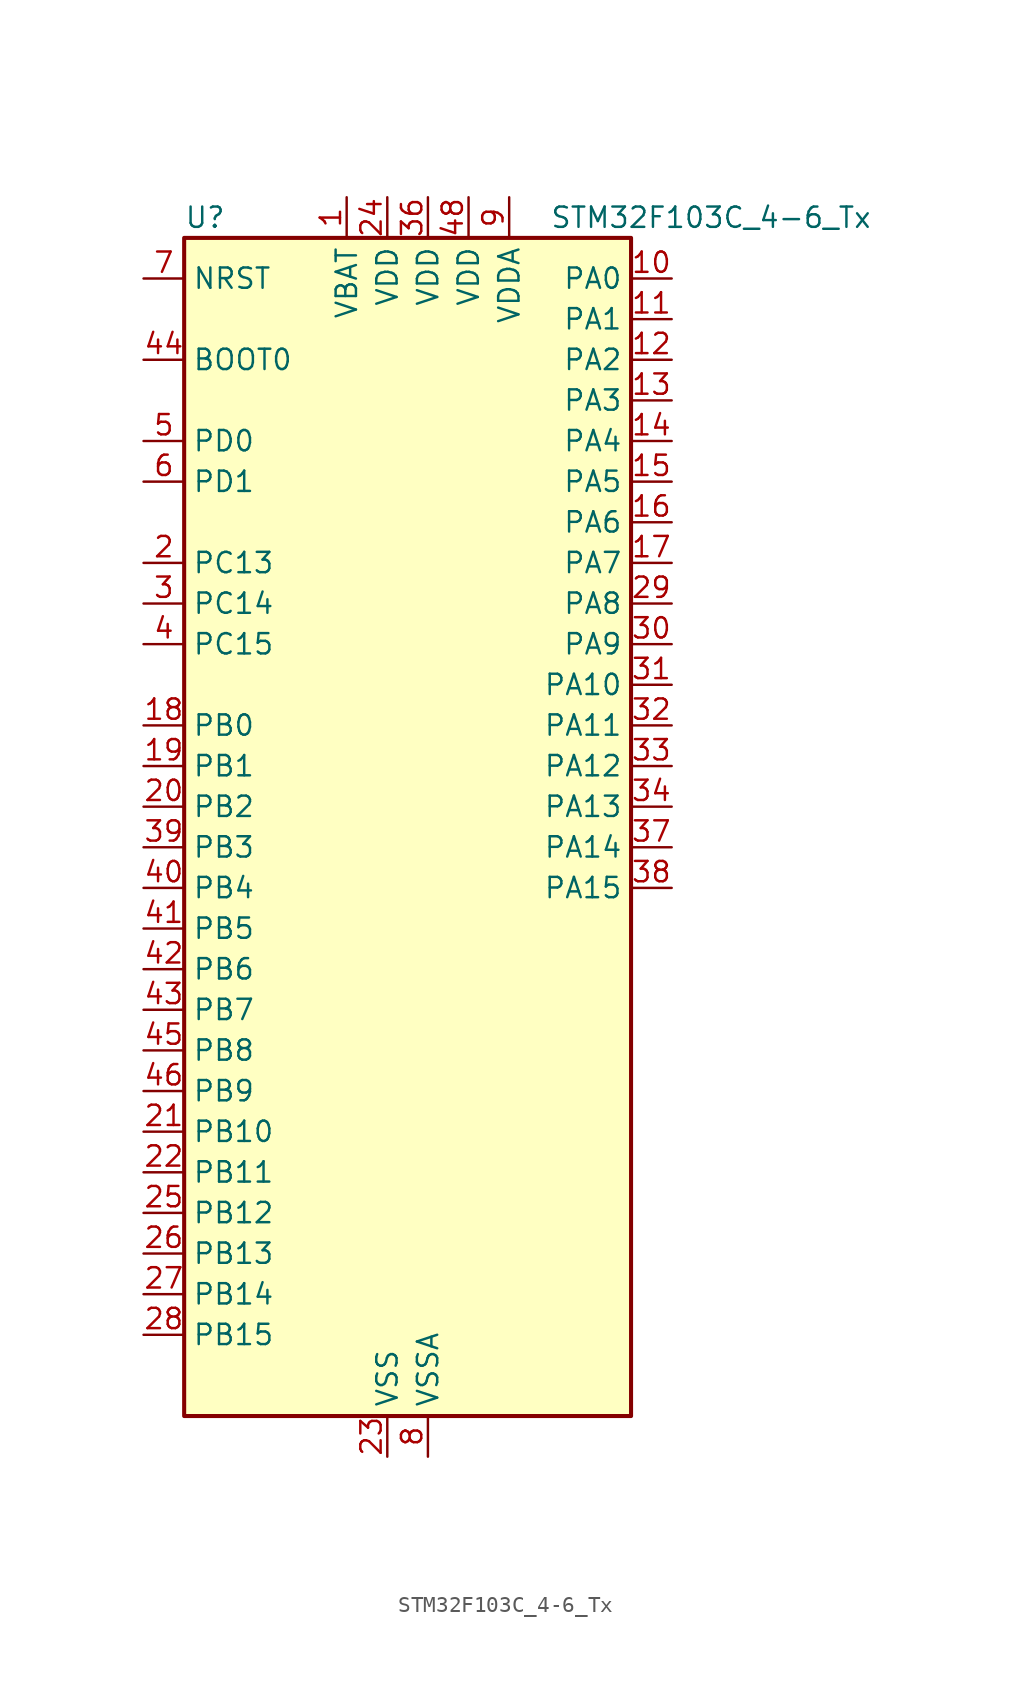
<source format=kicad_sym>
(kicad_symbol_lib
  (version 20231120)
  (generator "kicad_symbol_editor")
  (generator_version "8.0")
  (symbol "STM32F103C_4-6_Tx"
    (property "Reference" "U"
      (at -12.7 39.37 0)
      (effects (font (size 1.27 1.27)) (justify left)))
    (property "Value" "STM32F103C_4-6_Tx"
      (at 10.16 39.37 0)
      (effects (font (size 1.27 1.27)) (justify left)))
    (property "ki_locked" ""
      (at 0 0 0)
      (effects (font (size 1.27 1.27))))
    (symbol "STM32F103C_4-6_Tx_0_1"
      (rectangle (start -12.7 -35.56) (end 15.24 38.1) (stroke (width 0.254) (type default)) (fill (type background))))
    (symbol "STM32F103C_4-6_Tx_1_1"
      (pin power_in line (at -2.54 40.64 270) (length 2.54) (name "VBAT" (effects (font (size 1.27 1.27)))) (number "1" (effects (font (size 1.27 1.27)))))
      (pin bidirectional line (at 17.78 35.56 180) (length 2.54) (name "PA0" (effects (font (size 1.27 1.27)))) (number "10" (effects (font (size 1.27 1.27)))) (alternate "ADC1_IN0" bidirectional line) (alternate "ADC2_IN0" bidirectional line) (alternate "SYS_WKUP" bidirectional line) (alternate "TIM2_CH1" bidirectional line) (alternate "TIM2_ETR" bidirectional line) (alternate "USART2_CTS" bidirectional line))
      (pin bidirectional line (at 17.78 33.02 180) (length 2.54) (name "PA1" (effects (font (size 1.27 1.27)))) (number "11" (effects (font (size 1.27 1.27)))) (alternate "ADC1_IN1" bidirectional line) (alternate "ADC2_IN1" bidirectional line) (alternate "TIM2_CH2" bidirectional line) (alternate "USART2_RTS" bidirectional line))
      (pin bidirectional line (at 17.78 30.48 180) (length 2.54) (name "PA2" (effects (font (size 1.27 1.27)))) (number "12" (effects (font (size 1.27 1.27)))) (alternate "ADC1_IN2" bidirectional line) (alternate "ADC2_IN2" bidirectional line) (alternate "TIM2_CH3" bidirectional line) (alternate "USART2_TX" bidirectional line))
      (pin bidirectional line (at 17.78 27.94 180) (length 2.54) (name "PA3" (effects (font (size 1.27 1.27)))) (number "13" (effects (font (size 1.27 1.27)))) (alternate "ADC1_IN3" bidirectional line) (alternate "ADC2_IN3" bidirectional line) (alternate "TIM2_CH4" bidirectional line) (alternate "USART2_RX" bidirectional line))
      (pin bidirectional line (at 17.78 25.4 180) (length 2.54) (name "PA4" (effects (font (size 1.27 1.27)))) (number "14" (effects (font (size 1.27 1.27)))) (alternate "ADC1_IN4" bidirectional line) (alternate "ADC2_IN4" bidirectional line) (alternate "SPI1_NSS" bidirectional line) (alternate "USART2_CK" bidirectional line))
      (pin bidirectional line (at 17.78 22.86 180) (length 2.54) (name "PA5" (effects (font (size 1.27 1.27)))) (number "15" (effects (font (size 1.27 1.27)))) (alternate "ADC1_IN5" bidirectional line) (alternate "ADC2_IN5" bidirectional line) (alternate "SPI1_SCK" bidirectional line))
      (pin bidirectional line (at 17.78 20.32 180) (length 2.54) (name "PA6" (effects (font (size 1.27 1.27)))) (number "16" (effects (font (size 1.27 1.27)))) (alternate "ADC1_IN6" bidirectional line) (alternate "ADC2_IN6" bidirectional line) (alternate "SPI1_MISO" bidirectional line) (alternate "TIM1_BKIN" bidirectional line) (alternate "TIM3_CH1" bidirectional line))
      (pin bidirectional line (at 17.78 17.78 180) (length 2.54) (name "PA7" (effects (font (size 1.27 1.27)))) (number "17" (effects (font (size 1.27 1.27)))) (alternate "ADC1_IN7" bidirectional line) (alternate "ADC2_IN7" bidirectional line) (alternate "SPI1_MOSI" bidirectional line) (alternate "TIM1_CH1N" bidirectional line) (alternate "TIM3_CH2" bidirectional line))
      (pin bidirectional line (at -15.24 7.62 0) (length 2.54) (name "PB0" (effects (font (size 1.27 1.27)))) (number "18" (effects (font (size 1.27 1.27)))) (alternate "ADC1_IN8" bidirectional line) (alternate "ADC2_IN8" bidirectional line) (alternate "TIM1_CH2N" bidirectional line) (alternate "TIM3_CH3" bidirectional line))
      (pin bidirectional line (at -15.24 5.08 0) (length 2.54) (name "PB1" (effects (font (size 1.27 1.27)))) (number "19" (effects (font (size 1.27 1.27)))) (alternate "ADC1_IN9" bidirectional line) (alternate "ADC2_IN9" bidirectional line) (alternate "TIM1_CH3N" bidirectional line) (alternate "TIM3_CH4" bidirectional line))
      (pin bidirectional line (at -15.24 17.78 0) (length 2.54) (name "PC13" (effects (font (size 1.27 1.27)))) (number "2" (effects (font (size 1.27 1.27)))) (alternate "RTC_OUT" bidirectional line) (alternate "RTC_TAMPER" bidirectional line))
      (pin bidirectional line (at -15.24 2.54 0) (length 2.54) (name "PB2" (effects (font (size 1.27 1.27)))) (number "20" (effects (font (size 1.27 1.27)))))
      (pin bidirectional line (at -15.24 -17.78 0) (length 2.54) (name "PB10" (effects (font (size 1.27 1.27)))) (number "21" (effects (font (size 1.27 1.27)))) (alternate "TIM2_CH3" bidirectional line))
      (pin bidirectional line (at -15.24 -20.32 0) (length 2.54) (name "PB11" (effects (font (size 1.27 1.27)))) (number "22" (effects (font (size 1.27 1.27)))) (alternate "ADC1_EXTI11" bidirectional line) (alternate "ADC2_EXTI11" bidirectional line) (alternate "TIM2_CH4" bidirectional line))
      (pin power_in line (at 0 -38.1 90) (length 2.54) (name "VSS" (effects (font (size 1.27 1.27)))) (number "23" (effects (font (size 1.27 1.27)))))
      (pin power_in line (at 0 40.64 270) (length 2.54) (name "VDD" (effects (font (size 1.27 1.27)))) (number "24" (effects (font (size 1.27 1.27)))))
      (pin bidirectional line (at -15.24 -22.86 0) (length 2.54) (name "PB12" (effects (font (size 1.27 1.27)))) (number "25" (effects (font (size 1.27 1.27)))) (alternate "TIM1_BKIN" bidirectional line))
      (pin bidirectional line (at -15.24 -25.4 0) (length 2.54) (name "PB13" (effects (font (size 1.27 1.27)))) (number "26" (effects (font (size 1.27 1.27)))) (alternate "TIM1_CH1N" bidirectional line))
      (pin bidirectional line (at -15.24 -27.94 0) (length 2.54) (name "PB14" (effects (font (size 1.27 1.27)))) (number "27" (effects (font (size 1.27 1.27)))) (alternate "TIM1_CH2N" bidirectional line))
      (pin bidirectional line (at -15.24 -30.48 0) (length 2.54) (name "PB15" (effects (font (size 1.27 1.27)))) (number "28" (effects (font (size 1.27 1.27)))) (alternate "ADC1_EXTI15" bidirectional line) (alternate "ADC2_EXTI15" bidirectional line) (alternate "TIM1_CH3N" bidirectional line))
      (pin bidirectional line (at 17.78 15.24 180) (length 2.54) (name "PA8" (effects (font (size 1.27 1.27)))) (number "29" (effects (font (size 1.27 1.27)))) (alternate "RCC_MCO" bidirectional line) (alternate "TIM1_CH1" bidirectional line) (alternate "USART1_CK" bidirectional line))
      (pin bidirectional line (at -15.24 15.24 0) (length 2.54) (name "PC14" (effects (font (size 1.27 1.27)))) (number "3" (effects (font (size 1.27 1.27)))) (alternate "RCC_OSC32_IN" bidirectional line))
      (pin bidirectional line (at 17.78 12.7 180) (length 2.54) (name "PA9" (effects (font (size 1.27 1.27)))) (number "30" (effects (font (size 1.27 1.27)))) (alternate "TIM1_CH2" bidirectional line) (alternate "USART1_TX" bidirectional line))
      (pin bidirectional line (at 17.78 10.16 180) (length 2.54) (name "PA10" (effects (font (size 1.27 1.27)))) (number "31" (effects (font (size 1.27 1.27)))) (alternate "TIM1_CH3" bidirectional line) (alternate "USART1_RX" bidirectional line))
      (pin bidirectional line (at 17.78 7.62 180) (length 2.54) (name "PA11" (effects (font (size 1.27 1.27)))) (number "32" (effects (font (size 1.27 1.27)))) (alternate "ADC1_EXTI11" bidirectional line) (alternate "ADC2_EXTI11" bidirectional line) (alternate "CAN_RX" bidirectional line) (alternate "TIM1_CH4" bidirectional line) (alternate "USART1_CTS" bidirectional line) (alternate "USB_DM" bidirectional line))
      (pin bidirectional line (at 17.78 5.08 180) (length 2.54) (name "PA12" (effects (font (size 1.27 1.27)))) (number "33" (effects (font (size 1.27 1.27)))) (alternate "CAN_TX" bidirectional line) (alternate "TIM1_ETR" bidirectional line) (alternate "USART1_RTS" bidirectional line) (alternate "USB_DP" bidirectional line))
      (pin bidirectional line (at 17.78 2.54 180) (length 2.54) (name "PA13" (effects (font (size 1.27 1.27)))) (number "34" (effects (font (size 1.27 1.27)))) (alternate "SYS_JTMS-SWDIO" bidirectional line))
      (pin passive line (at 0 -38.1 90) (length 2.54) hide (name "VSS" (effects (font (size 1.27 1.27)))) (number "35" (effects (font (size 1.27 1.27)))))
      (pin power_in line (at 2.54 40.64 270) (length 2.54) (name "VDD" (effects (font (size 1.27 1.27)))) (number "36" (effects (font (size 1.27 1.27)))))
      (pin bidirectional line (at 17.78 0 180) (length 2.54) (name "PA14" (effects (font (size 1.27 1.27)))) (number "37" (effects (font (size 1.27 1.27)))) (alternate "SYS_JTCK-SWCLK" bidirectional line))
      (pin bidirectional line (at 17.78 -2.54 180) (length 2.54) (name "PA15" (effects (font (size 1.27 1.27)))) (number "38" (effects (font (size 1.27 1.27)))) (alternate "ADC1_EXTI15" bidirectional line) (alternate "ADC2_EXTI15" bidirectional line) (alternate "SPI1_NSS" bidirectional line) (alternate "SYS_JTDI" bidirectional line) (alternate "TIM2_CH1" bidirectional line) (alternate "TIM2_ETR" bidirectional line))
      (pin bidirectional line (at -15.24 0 0) (length 2.54) (name "PB3" (effects (font (size 1.27 1.27)))) (number "39" (effects (font (size 1.27 1.27)))) (alternate "SPI1_SCK" bidirectional line) (alternate "SYS_JTDO-TRACESWO" bidirectional line) (alternate "TIM2_CH2" bidirectional line))
      (pin bidirectional line (at -15.24 12.7 0) (length 2.54) (name "PC15" (effects (font (size 1.27 1.27)))) (number "4" (effects (font (size 1.27 1.27)))) (alternate "ADC1_EXTI15" bidirectional line) (alternate "ADC2_EXTI15" bidirectional line) (alternate "RCC_OSC32_OUT" bidirectional line))
      (pin bidirectional line (at -15.24 -2.54 0) (length 2.54) (name "PB4" (effects (font (size 1.27 1.27)))) (number "40" (effects (font (size 1.27 1.27)))) (alternate "SPI1_MISO" bidirectional line) (alternate "SYS_NJTRST" bidirectional line) (alternate "TIM3_CH1" bidirectional line))
      (pin bidirectional line (at -15.24 -5.08 0) (length 2.54) (name "PB5" (effects (font (size 1.27 1.27)))) (number "41" (effects (font (size 1.27 1.27)))) (alternate "I2C1_SMBA" bidirectional line) (alternate "SPI1_MOSI" bidirectional line) (alternate "TIM3_CH2" bidirectional line))
      (pin bidirectional line (at -15.24 -7.62 0) (length 2.54) (name "PB6" (effects (font (size 1.27 1.27)))) (number "42" (effects (font (size 1.27 1.27)))) (alternate "I2C1_SCL" bidirectional line) (alternate "USART1_TX" bidirectional line))
      (pin bidirectional line (at -15.24 -10.16 0) (length 2.54) (name "PB7" (effects (font (size 1.27 1.27)))) (number "43" (effects (font (size 1.27 1.27)))) (alternate "I2C1_SDA" bidirectional line) (alternate "USART1_RX" bidirectional line))
      (pin input line (at -15.24 30.48 0) (length 2.54) (name "BOOT0" (effects (font (size 1.27 1.27)))) (number "44" (effects (font (size 1.27 1.27)))))
      (pin bidirectional line (at -15.24 -12.7 0) (length 2.54) (name "PB8" (effects (font (size 1.27 1.27)))) (number "45" (effects (font (size 1.27 1.27)))) (alternate "CAN_RX" bidirectional line) (alternate "I2C1_SCL" bidirectional line))
      (pin bidirectional line (at -15.24 -15.24 0) (length 2.54) (name "PB9" (effects (font (size 1.27 1.27)))) (number "46" (effects (font (size 1.27 1.27)))) (alternate "CAN_TX" bidirectional line) (alternate "I2C1_SDA" bidirectional line))
      (pin passive line (at 0 -38.1 90) (length 2.54) hide (name "VSS" (effects (font (size 1.27 1.27)))) (number "47" (effects (font (size 1.27 1.27)))))
      (pin power_in line (at 5.08 40.64 270) (length 2.54) (name "VDD" (effects (font (size 1.27 1.27)))) (number "48" (effects (font (size 1.27 1.27)))))
      (pin bidirectional line (at -15.24 25.4 0) (length 2.54) (name "PD0" (effects (font (size 1.27 1.27)))) (number "5" (effects (font (size 1.27 1.27)))) (alternate "RCC_OSC_IN" bidirectional line))
      (pin bidirectional line (at -15.24 22.86 0) (length 2.54) (name "PD1" (effects (font (size 1.27 1.27)))) (number "6" (effects (font (size 1.27 1.27)))) (alternate "RCC_OSC_OUT" bidirectional line))
      (pin input line (at -15.24 35.56 0) (length 2.54) (name "NRST" (effects (font (size 1.27 1.27)))) (number "7" (effects (font (size 1.27 1.27)))))
      (pin power_in line (at 2.54 -38.1 90) (length 2.54) (name "VSSA" (effects (font (size 1.27 1.27)))) (number "8" (effects (font (size 1.27 1.27)))))
      (pin power_in line (at 7.62 40.64 270) (length 2.54) (name "VDDA" (effects (font (size 1.27 1.27)))) (number "9" (effects (font (size 1.27 1.27))))))))
</source>
